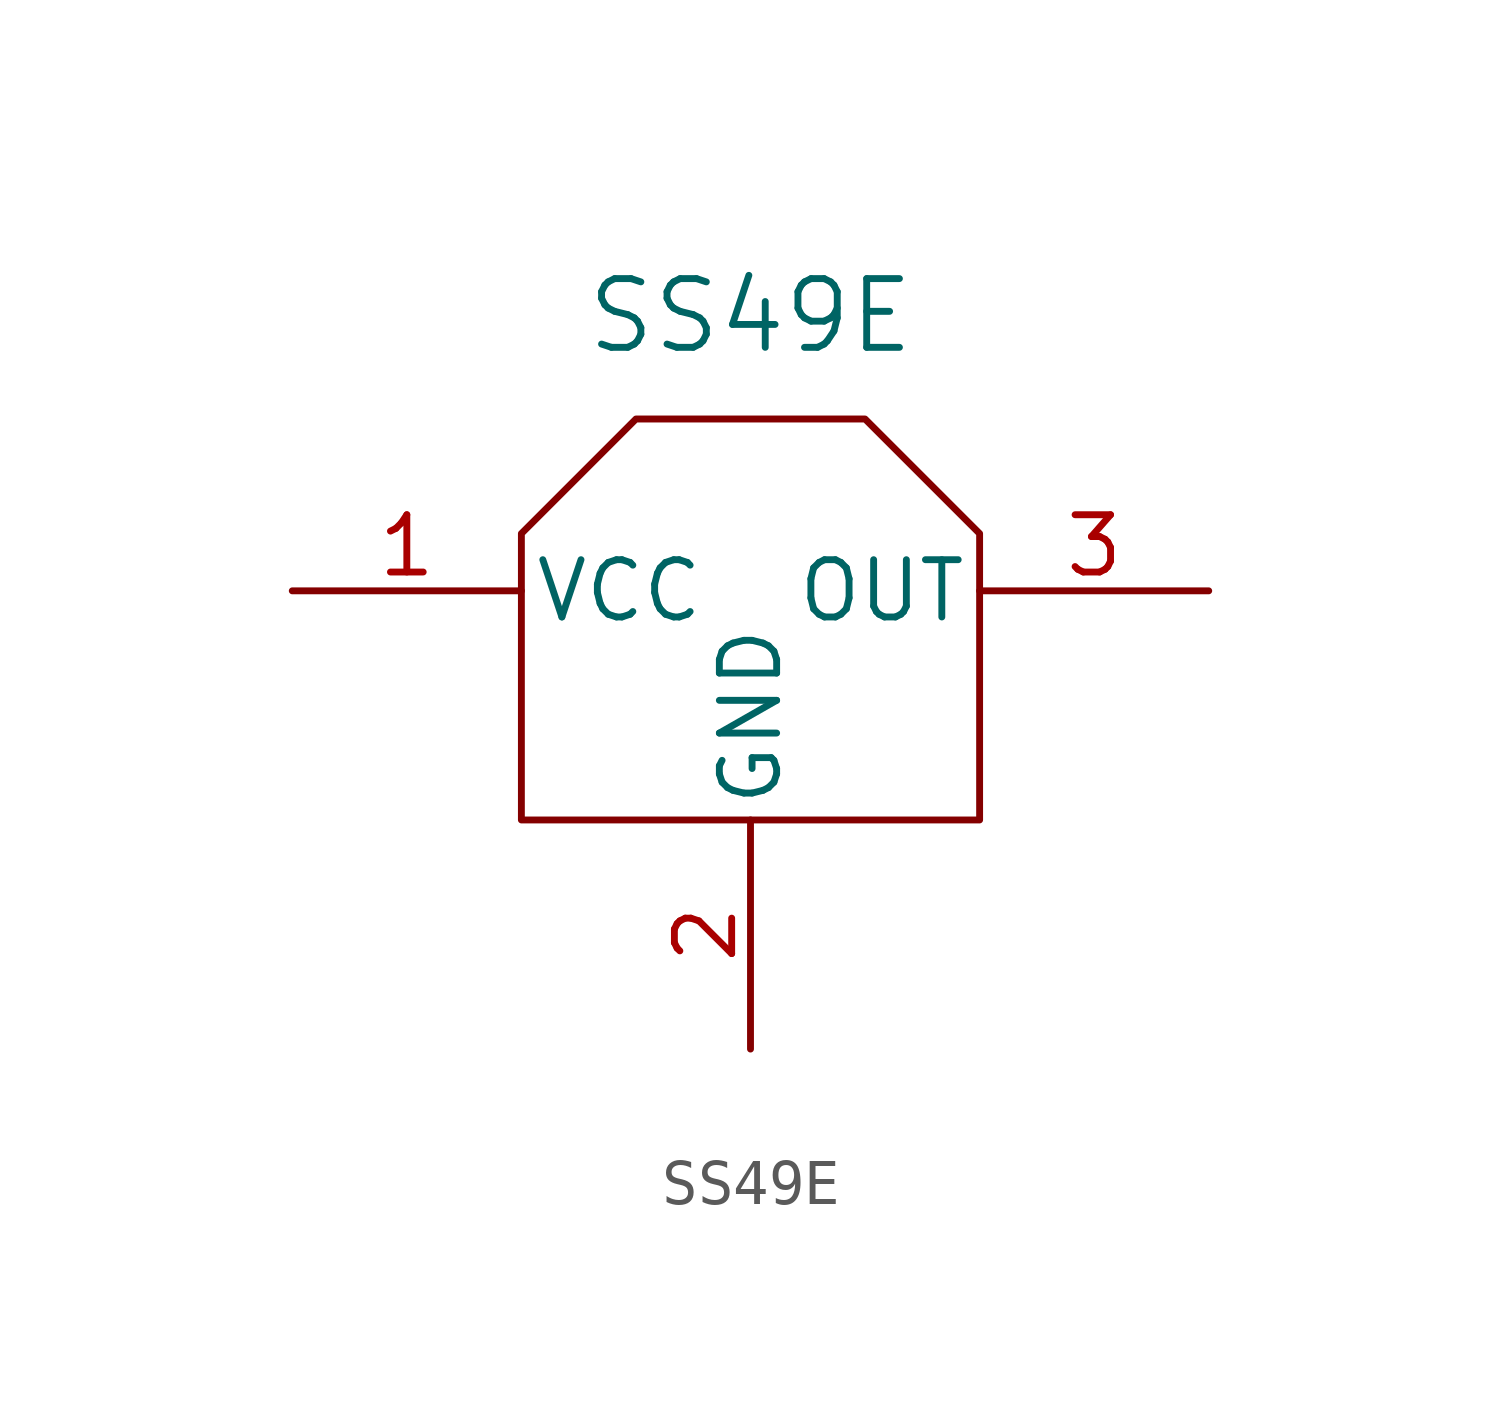
<source format=kicad_sym>
(kicad_symbol_lib
  (version 20241209)
  (generator "kicad_symbol_editor")
  (generator_version "9.0")
  (symbol "SS49E"
    (pin_names
      (offset 0.254))
    (property "Reference" "U"
      (at 0 12.7 0)
      (effects (font (size 1.524 1.524)) (hide yes)))
    (property "Value" "SS49E"
      (at 0 7.366 0)
      (effects (font (size 1.524 1.524))))
    (property "ki_locked" ""
      (at 0 0 0)
      (effects (font (size 1.27 1.27))))
    (symbol "SS49E_0_1"
      (pin power_in line (at -10.16 1.27 0) (length 5.08) (name "VCC" (effects (font (size 1.27 1.27)))) (number "1" (effects (font (size 1.27 1.27)))))
      (pin power_in line (at 0 -8.89 90) (length 5.08) (name "GND" (effects (font (size 1.27 1.27)))) (number "2" (effects (font (size 1.27 1.27)))))
      (pin output line (at 10.16 1.27 180) (length 5.08) (name "OUT" (effects (font (size 1.27 1.27)))) (number "3" (effects (font (size 1.27 1.27))))))
    (symbol "SS49E_1_1"
      (polyline (pts (xy 5.08 -3.81) (xy 5.08 2.54) (xy 2.54 5.08) (xy -2.54 5.08) (xy -5.08 2.54) (xy -5.08 -3.81) (xy 5.08 -3.81)) (stroke (width 0) (type default)) (fill (type none))))))
</source>
